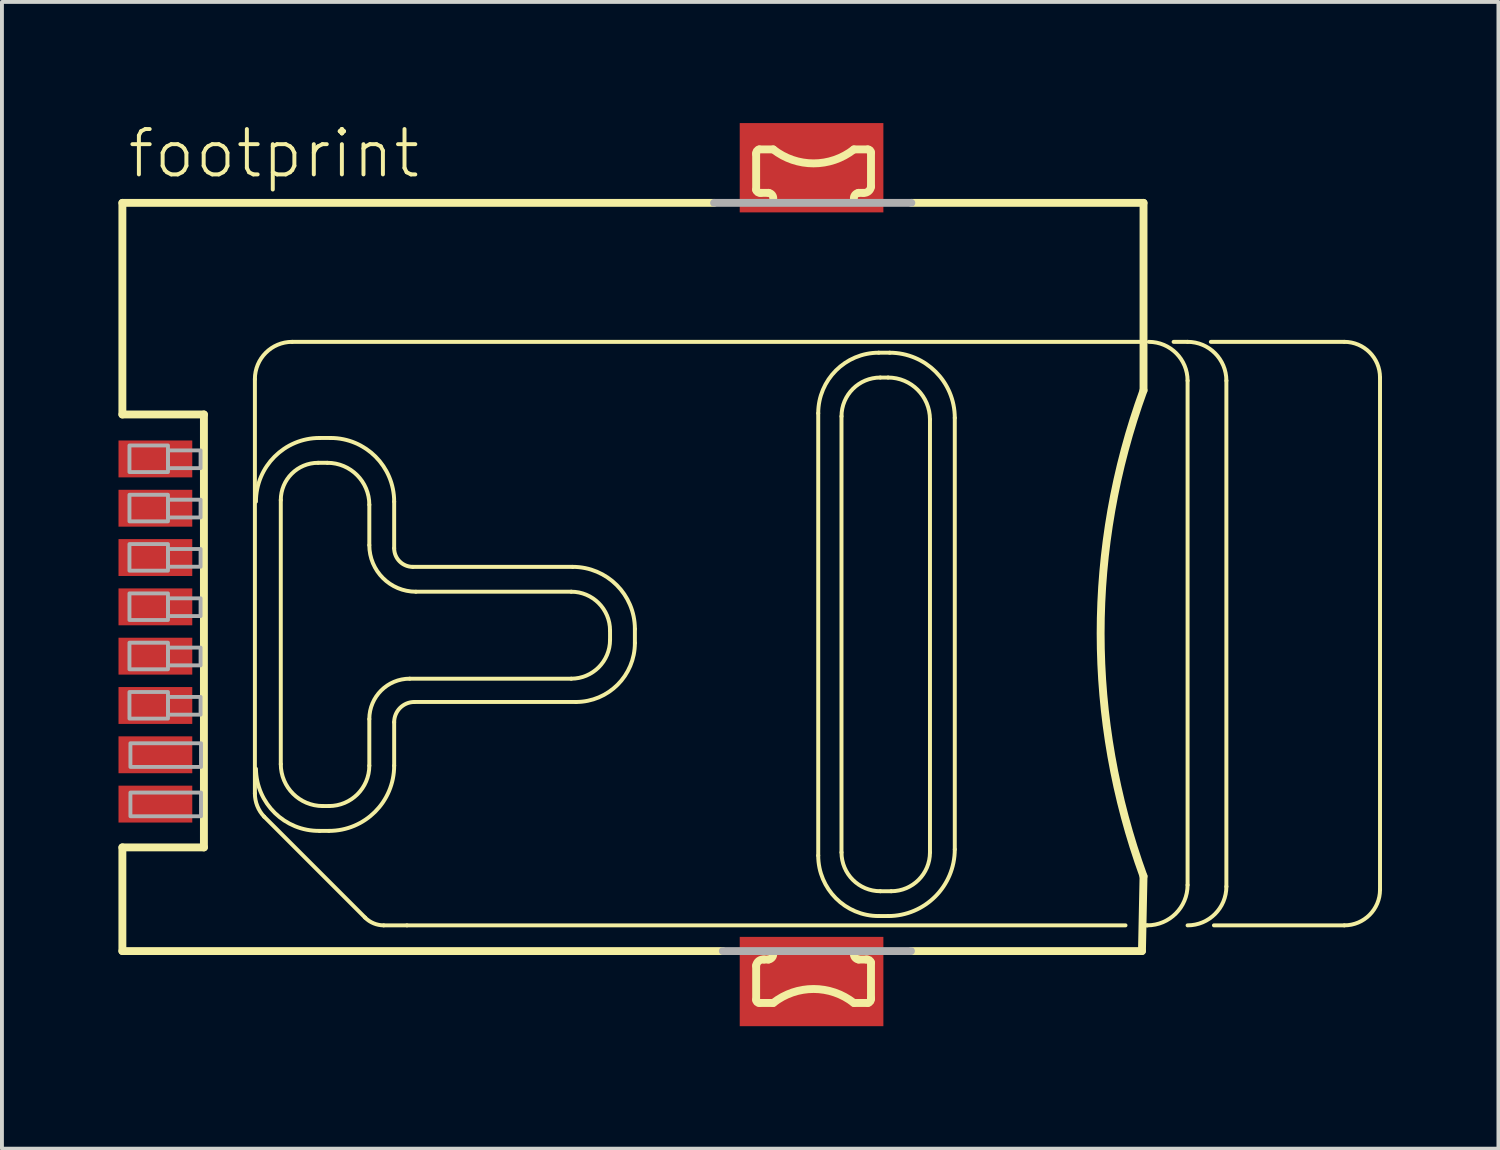
<source format=kicad_pcb>
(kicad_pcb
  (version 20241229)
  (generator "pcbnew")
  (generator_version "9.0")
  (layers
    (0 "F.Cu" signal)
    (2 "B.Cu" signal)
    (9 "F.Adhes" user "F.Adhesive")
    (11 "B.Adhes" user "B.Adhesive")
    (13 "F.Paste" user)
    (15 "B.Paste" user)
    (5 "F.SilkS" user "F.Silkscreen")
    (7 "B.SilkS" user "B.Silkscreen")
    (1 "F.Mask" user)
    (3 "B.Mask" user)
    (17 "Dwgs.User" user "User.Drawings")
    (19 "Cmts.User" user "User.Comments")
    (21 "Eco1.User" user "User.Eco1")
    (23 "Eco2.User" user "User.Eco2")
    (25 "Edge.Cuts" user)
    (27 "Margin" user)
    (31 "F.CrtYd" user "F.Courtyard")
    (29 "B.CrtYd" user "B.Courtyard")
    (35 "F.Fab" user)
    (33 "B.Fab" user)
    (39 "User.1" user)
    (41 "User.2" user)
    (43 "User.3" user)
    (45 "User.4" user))
  (footprint "footprint"
    (layer "F.Cu")
    (at 20.502 11.75)
    (property "Reference" "footprint" (at -20.32 -10.16 0) (layer "F.SilkS") (effects (font (size 1.168 1.168) (thickness 0.102)) (justify left bottom)))
    (fp_poly (pts (xy -4.5 -9.33) (xy -0.8 -9.33) (xy -0.8 -11.63) (xy -4.5 -11.63)) (stroke (width 0) (type solid)) (fill yes) (layer "F.Cu"))
    (fp_poly (pts (xy -0.8 9.33) (xy -4.5 9.33) (xy -4.5 11.63) (xy -0.8 11.63)) (stroke (width 0) (type solid)) (fill yes) (layer "F.Cu"))
    (fp_poly (pts (xy -4.625 -9.175) (xy -0.675 -9.175) (xy -0.675 -11.75) (xy -4.625 -11.75)) (stroke (width 0) (type solid)) (fill yes) (layer "F.Mask"))
    (fp_poly (pts (xy -4.625 11.785) (xy -0.675 11.785) (xy -0.675 9.21) (xy -4.625 9.21)) (stroke (width 0) (type solid)) (fill yes) (layer "F.Mask"))
    (fp_line (start -20.4 -9.575) (end -5.16 -9.575) (stroke (width 0.203) (type solid)) (layer "F.SilkS"))
    (fp_line (start -20.4 -4.125) (end -20.4 -9.575) (stroke (width 0.203) (type solid)) (layer "F.SilkS"))
    (fp_line (start -20.4 7.025) (end -18.3 7.025) (stroke (width 0.203) (type solid)) (layer "F.SilkS"))
    (fp_line (start -20.4 9.695) (end -20.4 7.025) (stroke (width 0.203) (type solid)) (layer "F.SilkS"))
    (fp_line (start -18.3 -4.125) (end -20.4 -4.125) (stroke (width 0.203) (type solid)) (layer "F.SilkS"))
    (fp_line (start -18.3 7.025) (end -18.3 -4.125) (stroke (width 0.203) (type solid)) (layer "F.SilkS"))
    (fp_line (start -16.987 -5.036) (end -16.987 5.636) (stroke (width 0.102) (type solid)) (layer "F.SilkS"))
    (fp_line (start -16.747 6.235) (end -14.149 8.833) (stroke (width 0.102) (type solid)) (layer "F.SilkS"))
    (fp_line (start -16.32 4.88) (end -16.32 -1.92) (stroke (width 0.102) (type solid)) (layer "F.SilkS"))
    (fp_line (start -16.028 -5.995) (end 5.955 -5.995) (stroke (width 0.102) (type solid)) (layer "F.SilkS"))
    (fp_line (start -15.36 -2.88) (end -15.12 -2.88) (stroke (width 0.102) (type solid)) (layer "F.SilkS"))
    (fp_line (start -15.32 -3.52) (end -15.04 -3.52) (stroke (width 0.102) (type solid)) (layer "F.SilkS"))
    (fp_line (start -15.08 5.96) (end -15.24 5.96) (stroke (width 0.102) (type solid)) (layer "F.SilkS"))
    (fp_line (start -15.08 6.6) (end -15.32 6.6) (stroke (width 0.102) (type solid)) (layer "F.SilkS"))
    (fp_line (start -14.04 -1.8) (end -14.04 -0.76) (stroke (width 0.102) (type solid)) (layer "F.SilkS"))
    (fp_line (start -14.04 3.72) (end -14.04 4.92) (stroke (width 0.102) (type solid)) (layer "F.SilkS"))
    (fp_line (start -13.4 -1.88) (end -13.4 -0.68) (stroke (width 0.102) (type solid)) (layer "F.SilkS"))
    (fp_line (start -13.4 3.8) (end -13.4 4.92) (stroke (width 0.102) (type solid)) (layer "F.SilkS"))
    (fp_line (start -13.07 9.033) (end 5.436 9.033) (stroke (width 0.102) (type solid)) (layer "F.SilkS"))
    (fp_line (start -12.92 -0.2) (end -8.8 -0.2) (stroke (width 0.102) (type solid)) (layer "F.SilkS"))
    (fp_line (start -12.84 0.44) (end -8.84 0.44) (stroke (width 0.102) (type solid)) (layer "F.SilkS"))
    (fp_line (start -8.84 2.68) (end -13 2.68) (stroke (width 0.102) (type solid)) (layer "F.SilkS"))
    (fp_line (start -8.72 3.28) (end -12.88 3.28) (stroke (width 0.102) (type solid)) (layer "F.SilkS"))
    (fp_line (start -7.84 1.44) (end -7.84 1.68) (stroke (width 0.102) (type solid)) (layer "F.SilkS"))
    (fp_line (start -7.2 1.4) (end -7.2 1.76) (stroke (width 0.102) (type solid)) (layer "F.SilkS"))
    (fp_line (start -4.935 9.695) (end -20.4 9.695) (stroke (width 0.203) (type solid)) (layer "F.SilkS"))
    (fp_line (start -4.077 -9.913) (end -4.077 -10.832) (stroke (width 0.203) (type solid)) (layer "F.SilkS"))
    (fp_line (start -4.077 10.952) (end -4.077 10.072) (stroke (width 0.203) (type solid)) (layer "F.SilkS"))
    (fp_line (start -3.997 -10.952) (end -3.637 -10.952) (stroke (width 0.203) (type solid)) (layer "F.SilkS"))
    (fp_line (start -3.877 9.913) (end -3.757 9.913) (stroke (width 0.203) (type solid)) (layer "F.SilkS"))
    (fp_line (start -3.757 -9.833) (end -3.957 -9.833) (stroke (width 0.203) (type solid)) (layer "F.SilkS"))
    (fp_line (start -3.637 11.032) (end -3.997 11.032) (stroke (width 0.203) (type solid)) (layer "F.SilkS"))
    (fp_line (start -2.478 7.235) (end -2.478 -4.157) (stroke (width 0.102) (type solid)) (layer "F.SilkS"))
    (fp_line (start -1.879 -4.077) (end -1.879 7.155) (stroke (width 0.102) (type solid)) (layer "F.SilkS"))
    (fp_line (start -1.559 -10.952) (end -1.199 -10.952) (stroke (width 0.203) (type solid)) (layer "F.SilkS"))
    (fp_line (start -1.439 9.913) (end -1.239 9.913) (stroke (width 0.203) (type solid)) (layer "F.SilkS"))
    (fp_line (start -1.319 -9.833) (end -1.439 -9.833) (stroke (width 0.203) (type solid)) (layer "F.SilkS"))
    (fp_line (start -1.199 11.032) (end -1.559 11.032) (stroke (width 0.203) (type solid)) (layer "F.SilkS"))
    (fp_line (start -1.119 -10.872) (end -1.119 -9.992) (stroke (width 0.203) (type solid)) (layer "F.SilkS"))
    (fp_line (start -1.119 9.993) (end -1.119 10.912) (stroke (width 0.203) (type solid)) (layer "F.SilkS"))
    (fp_line (start -0.919 -5.716) (end -0.639 -5.716) (stroke (width 0.102) (type solid)) (layer "F.SilkS"))
    (fp_line (start -0.879 8.154) (end -0.6 8.154) (stroke (width 0.102) (type solid)) (layer "F.SilkS"))
    (fp_line (start -0.679 -5.076) (end -0.879 -5.076) (stroke (width 0.102) (type solid)) (layer "F.SilkS"))
    (fp_line (start -0.679 8.793) (end -0.919 8.793) (stroke (width 0.102) (type solid)) (layer "F.SilkS"))
    (fp_line (start -0.08 -9.575) (end 5.9 -9.575) (stroke (width 0.203) (type solid)) (layer "F.SilkS"))
    (fp_line (start 0.4 7.155) (end 0.4 -3.997) (stroke (width 0.102) (type solid)) (layer "F.SilkS"))
    (fp_line (start 1.039 -4.037) (end 1.039 7.075) (stroke (width 0.102) (type solid)) (layer "F.SilkS"))
    (fp_line (start 5.86 9.695) (end -0.08 9.695) (stroke (width 0.203) (type solid)) (layer "F.SilkS"))
    (fp_line (start 5.9 -9.575) (end 5.9 -4.746) (stroke (width 0.203) (type solid)) (layer "F.SilkS"))
    (fp_line (start 5.9 7.769) (end 5.86 9.695) (stroke (width 0.203) (type solid)) (layer "F.SilkS"))
    (fp_line (start 5.995 9.033) (end 5.955 9.033) (stroke (width 0.102) (type solid)) (layer "F.SilkS"))
    (fp_line (start 7.035 -5.995) (end 6.675 -5.995) (stroke (width 0.102) (type solid)) (layer "F.SilkS"))
    (fp_line (start 7.035 -4.996) (end 7.035 7.994) (stroke (width 0.102) (type solid)) (layer "F.SilkS"))
    (fp_line (start 7.634 -5.995) (end 11.072 -5.995) (stroke (width 0.102) (type solid)) (layer "F.SilkS"))
    (fp_line (start 8.034 8.034) (end 8.034 -4.996) (stroke (width 0.102) (type solid)) (layer "F.SilkS"))
    (fp_line (start 11.072 9.033) (end 7.714 9.033) (stroke (width 0.102) (type solid)) (layer "F.SilkS"))
    (fp_line (start 11.991 -5.076) (end 11.991 8.114) (stroke (width 0.102) (type solid)) (layer "F.SilkS"))
    (fp_arc (start -16.9873 -5.0362) (mid -16.706328 -5.714528) (end -16.028 -5.9955) (stroke (width 0.1016) (type solid)) (layer "F.SilkS"))
    (fp_arc (start -16.96 -1.88) (mid -16.479655 -3.039655) (end -15.32 -3.52) (stroke (width 0.1016) (type solid)) (layer "F.SilkS"))
    (fp_arc (start -16.7474 6.235301) (mid -16.925107 5.958663) (end -16.9873 5.6358) (stroke (width 0.1016) (type solid)) (layer "F.SilkS"))
    (fp_arc (start -16.32 -1.92) (mid -16.038823 -2.598823) (end -15.36 -2.88) (stroke (width 0.1016) (type solid)) (layer "F.SilkS"))
    (fp_arc (start -15.32 6.6) (mid -16.471371 6.139655) (end -16.96 5) (stroke (width 0.1016) (type solid)) (layer "F.SilkS"))
    (fp_arc (start -15.24 5.96) (mid -16.003675 5.643675) (end -16.32 4.88) (stroke (width 0.1016) (type solid)) (layer "F.SilkS"))
    (fp_arc (start -15.12 -2.88) (mid -14.356325 -2.563675) (end -14.04 -1.8) (stroke (width 0.1016) (type solid)) (layer "F.SilkS"))
    (fp_arc (start -15.04 -3.52) (mid -13.880345 -3.039655) (end -13.4 -1.88) (stroke (width 0.1016) (type solid)) (layer "F.SilkS"))
    (fp_arc (start -14.04 3.72) (mid -13.735391 2.984609) (end -13 2.68) (stroke (width 0.1016) (type solid)) (layer "F.SilkS"))
    (fp_arc (start -14.04 4.92) (mid -14.344609 5.655391) (end -15.08 5.96) (stroke (width 0.1016) (type solid)) (layer "F.SilkS"))
    (fp_arc (start -13.669699 9.0332) (mid -13.929318 8.980763) (end -14.1494 8.8334) (stroke (width 0.1016) (type solid)) (layer "F.SilkS"))
    (fp_arc (start -13.4 3.8) (mid -13.247696 3.432304) (end -12.88 3.28) (stroke (width 0.1016) (type solid)) (layer "F.SilkS"))
    (fp_arc (start -13.4 4.92) (mid -13.892061 6.107939) (end -15.08 6.6) (stroke (width 0.1016) (type solid)) (layer "F.SilkS"))
    (fp_arc (start -13.0702 9.0332) (mid -13.36995 9.033793) (end -13.6697 9.0332) (stroke (width 0.1016) (type solid)) (layer "F.SilkS"))
    (fp_arc (start -12.92 -0.2) (mid -13.259411 -0.340589) (end -13.4 -0.68) (stroke (width 0.1016) (type solid)) (layer "F.SilkS"))
    (fp_arc (start -12.84 0.44) (mid -13.688528 0.088528) (end -14.04 -0.76) (stroke (width 0.1016) (type solid)) (layer "F.SilkS"))
    (fp_arc (start -8.84 0.44) (mid -8.132893 0.732893) (end -7.84 1.44) (stroke (width 0.1016) (type solid)) (layer "F.SilkS"))
    (fp_arc (start -8.8 -0.2) (mid -7.668629 0.268629) (end -7.2 1.4) (stroke (width 0.1016) (type solid)) (layer "F.SilkS"))
    (fp_arc (start -7.84 1.68) (mid -8.132893 2.387107) (end -8.84 2.68) (stroke (width 0.1016) (type solid)) (layer "F.SilkS"))
    (fp_arc (start -7.2 1.76) (mid -7.645198 2.834802) (end -8.72 3.28) (stroke (width 0.1016) (type solid)) (layer "F.SilkS"))
    (fp_arc (start -4.077 10.0725) (mid -4.010196 9.95122) (end -3.8772 9.9127) (stroke (width 0.2032) (type solid)) (layer "F.SilkS"))
    (fp_arc (start -4.0769 -10.8318) (mid -4.061782 -10.908298) (end -3.997 -10.9517) (stroke (width 0.2032) (type solid)) (layer "F.SilkS"))
    (fp_arc (start -3.9971 11.0318) (mid -4.053598 11.008398) (end -4.077 10.9519) (stroke (width 0.2032) (type solid)) (layer "F.SilkS"))
    (fp_arc (start -3.9571 -9.8327) (mid -4.033598 -9.847818) (end -4.077 -9.9126) (stroke (width 0.2032) (type solid)) (layer "F.SilkS"))
    (fp_arc (start -3.7572 -9.8326) (mid -3.664163 -9.77746) (end -3.6373 -9.6727) (stroke (width 0.2032) (type solid)) (layer "F.SilkS"))
    (fp_arc (start -3.637399 11.031799) (mid -2.598149 10.67213) (end -1.5589 11.0318) (stroke (width 0.2032) (type solid)) (layer "F.SilkS"))
    (fp_arc (start -3.637398 9.7528) (mid -3.664238 9.857544) (end -3.7573 9.9126) (stroke (width 0.2032) (type solid)) (layer "F.SilkS"))
    (fp_arc (start -2.4781 -4.1569) (mid -2.021538 -5.259139) (end -0.919299 -5.715701) (stroke (width 0.1016) (type solid)) (layer "F.SilkS"))
    (fp_arc (start -1.8786 -4.0769) (mid -1.585912 -4.783512) (end -0.8793 -5.0762) (stroke (width 0.1016) (type solid)) (layer "F.SilkS"))
    (fp_arc (start -1.558801 -10.951799) (mid -2.598051 -10.59213) (end -3.6373 -10.9518) (stroke (width 0.2032) (type solid)) (layer "F.SilkS"))
    (fp_arc (start -1.558801 -9.672799) (mid -1.531961 -9.777543) (end -1.4389 -9.8326) (stroke (width 0.2032) (type solid)) (layer "F.SilkS"))
    (fp_arc (start -1.438999 9.912601) (mid -1.532037 9.857461) (end -1.5589 9.7527) (stroke (width 0.2032) (type solid)) (layer "F.SilkS"))
    (fp_arc (start -1.2391 9.9127) (mid -1.162602 9.927818) (end -1.1192 9.9926) (stroke (width 0.2032) (type solid)) (layer "F.SilkS"))
    (fp_arc (start -1.1991 -10.9518) (mid -1.142602 -10.928398) (end -1.1192 -10.8719) (stroke (width 0.2032) (type solid)) (layer "F.SilkS"))
    (fp_arc (start -1.1193 10.9118) (mid -1.134418 10.988298) (end -1.1992 11.0317) (stroke (width 0.2032) (type solid)) (layer "F.SilkS"))
    (fp_arc (start -1.1192 -9.9925) (mid -1.186004 -9.87122) (end -1.319 -9.8327) (stroke (width 0.2032) (type solid)) (layer "F.SilkS"))
    (fp_arc (start -0.9193 8.7934) (mid -2.021538 8.336837) (end -2.478099 7.234599) (stroke (width 0.1016) (type solid)) (layer "F.SilkS"))
    (fp_arc (start -0.8793 8.1539) (mid -1.585912 7.861212) (end -1.8786 7.1546) (stroke (width 0.1016) (type solid)) (layer "F.SilkS"))
    (fp_arc (start -0.6795 -5.0762) (mid 0.08361 -4.76011) (end 0.3997 -3.997) (stroke (width 0.1016) (type solid)) (layer "F.SilkS"))
    (fp_arc (start -0.6395 -5.7157) (mid 0.54752 -5.22402) (end 1.0392 -4.037) (stroke (width 0.1016) (type solid)) (layer "F.SilkS"))
    (fp_arc (start 0.3997 7.1546) (mid 0.107012 7.861212) (end -0.5996 8.1539) (stroke (width 0.1016) (type solid)) (layer "F.SilkS"))
    (fp_arc (start 1.0392 7.0747) (mid 0.535804 8.290004) (end -0.6795 8.7934) (stroke (width 0.1016) (type solid)) (layer "F.SilkS"))
    (fp_arc (start 5.9 7.768799) (mid 4.795616 1.5114) (end 5.9 -4.746) (stroke (width 0.2032) (type solid)) (layer "F.SilkS"))
    (fp_arc (start 6.0355 -5.9955) (mid 6.742041 -5.702841) (end 7.0347 -4.9963) (stroke (width 0.1016) (type solid)) (layer "F.SilkS"))
    (fp_arc (start 7.0347 -5.9955) (mid 7.741312 -5.702812) (end 8.034 -4.9962) (stroke (width 0.1016) (type solid)) (layer "F.SilkS"))
    (fp_arc (start 7.0347 7.994) (mid 6.730325 8.728825) (end 5.9955 9.0332) (stroke (width 0.1016) (type solid)) (layer "F.SilkS"))
    (fp_arc (start 8.034 8.0339) (mid 7.741312 8.740512) (end 7.0347 9.0332) (stroke (width 0.1016) (type solid)) (layer "F.SilkS"))
    (fp_arc (start 11.0717 -5.9955) (mid 11.721743 -5.726243) (end 11.991 -5.0762) (stroke (width 0.1016) (type solid)) (layer "F.SilkS"))
    (fp_arc (start 11.991 8.1139) (mid 11.721743 8.763943) (end 11.0717 9.0332) (stroke (width 0.1016) (type solid)) (layer "F.SilkS"))
    (fp_poly (pts (xy -4.375 -9.45) (xy -0.925 -9.45) (xy -0.925 -11.5) (xy -4.375 -11.5)) (stroke (width 0) (type solid)) (fill yes) (layer "F.Paste"))
    (fp_poly (pts (xy -4.375 11.51) (xy -0.925 11.51) (xy -0.925 9.46) (xy -4.375 9.46)) (stroke (width 0) (type solid)) (fill yes) (layer "F.Paste"))
    (fp_line (start -5.16 -9.575) (end -0.08 -9.575) (stroke (width 0.203) (type solid)) (layer "F.Fab"))
    (fp_line (start -0.09 9.695) (end -4.935 9.695) (stroke (width 0.203) (type solid)) (layer "F.Fab"))
    (fp_poly (pts (xy -20.218 -2.642) (xy -19.226 -2.642) (xy -19.226 -3.327) (xy -20.218 -3.327)) (stroke (width 0.1) (type solid)) (fill no) (layer "F.Fab"))
    (fp_poly (pts (xy -20.218 -1.372) (xy -19.226 -1.372) (xy -19.226 -2.057) (xy -20.218 -2.057)) (stroke (width 0.1) (type solid)) (fill no) (layer "F.Fab"))
    (fp_poly (pts (xy -20.218 -0.102) (xy -19.226 -0.102) (xy -19.226 -0.787) (xy -20.218 -0.787)) (stroke (width 0.1) (type solid)) (fill no) (layer "F.Fab"))
    (fp_poly (pts (xy -20.218 1.168) (xy -19.226 1.168) (xy -19.226 0.483) (xy -20.218 0.483)) (stroke (width 0.1) (type solid)) (fill no) (layer "F.Fab"))
    (fp_poly (pts (xy -20.218 2.438) (xy -19.226 2.438) (xy -19.226 1.753) (xy -20.218 1.753)) (stroke (width 0.1) (type solid)) (fill no) (layer "F.Fab"))
    (fp_poly (pts (xy -20.218 3.708) (xy -19.226 3.708) (xy -19.226 3.023) (xy -20.218 3.023)) (stroke (width 0.1) (type solid)) (fill no) (layer "F.Fab"))
    (fp_poly (pts (xy -20.193 4.953) (xy -18.375 4.953) (xy -18.375 4.343) (xy -20.193 4.343)) (stroke (width 0.1) (type solid)) (fill no) (layer "F.Fab"))
    (fp_poly (pts (xy -20.193 6.223) (xy -18.375 6.223) (xy -18.375 5.613) (xy -20.193 5.613)) (stroke (width 0.1) (type solid)) (fill no) (layer "F.Fab"))
    (fp_poly (pts (xy -19.226 -2.743) (xy -18.386 -2.743) (xy -18.386 -3.2) (xy -19.226 -3.2)) (stroke (width 0.1) (type solid)) (fill no) (layer "F.Fab"))
    (fp_poly (pts (xy -19.226 -1.473) (xy -18.386 -1.473) (xy -18.386 -1.93) (xy -19.226 -1.93)) (stroke (width 0.1) (type solid)) (fill no) (layer "F.Fab"))
    (fp_poly (pts (xy -19.226 -0.203) (xy -18.386 -0.203) (xy -18.386 -0.66) (xy -19.226 -0.66)) (stroke (width 0.1) (type solid)) (fill no) (layer "F.Fab"))
    (fp_poly (pts (xy -19.226 1.067) (xy -18.386 1.067) (xy -18.386 0.61) (xy -19.226 0.61)) (stroke (width 0.1) (type solid)) (fill no) (layer "F.Fab"))
    (fp_poly (pts (xy -19.226 2.337) (xy -18.386 2.337) (xy -18.386 1.88) (xy -19.226 1.88)) (stroke (width 0.1) (type solid)) (fill no) (layer "F.Fab"))
    (fp_poly (pts (xy -19.226 3.607) (xy -18.386 3.607) (xy -18.386 3.15) (xy -19.226 3.15)) (stroke (width 0.1) (type solid)) (fill no) (layer "F.Fab"))
    (pad "C/D@1" smd rect (at -19.55 4.64) (size 1.9 0.95) (layers "F.Cu" "F.Mask" "F.Paste"))
    (pad "C/D@2" smd rect (at -19.55 5.91) (size 1.9 0.95) (layers "F.Cu" "F.Mask" "F.Paste"))
    (pad "C1" smd rect (at -19.55 -2.98) (size 1.9 0.95) (layers "F.Cu" "F.Mask" "F.Paste"))
    (pad "C2" smd rect (at -19.55 -0.44) (size 1.9 0.95) (layers "F.Cu" "F.Mask" "F.Paste"))
    (pad "C3" smd rect (at -19.55 2.1) (size 1.9 0.95) (layers "F.Cu" "F.Mask" "F.Paste"))
    (pad "C5" smd rect (at -19.55 -1.71) (size 1.9 0.95) (layers "F.Cu" "F.Mask" "F.Paste"))
    (pad "C6" smd rect (at -19.55 0.83) (size 1.9 0.95) (layers "F.Cu" "F.Mask" "F.Paste"))
    (pad "C7" smd rect (at -19.55 3.37) (size 1.9 0.95) (layers "F.Cu" "F.Mask" "F.Paste"))
    (zone (net_name "") (layer "F.Cu") (hatch edge 0.508) (connect_pads) (min_thickness 0.254) (filled_areas_thickness no) (keepout (tracks not_allowed) (vias not_allowed) (pads not_allowed) (copperpour not_allowed) (footprints allowed)) (placement (enabled no)) (fill) (polygon (pts (xy 15.352 16.21) (xy 17.052 16.21) (xy 17.052 8.73) (xy 15.352 8.73))))
    (zone (net_name "") (layer "F.Cu") (hatch edge 0.508) (connect_pads) (min_thickness 0.254) (filled_areas_thickness no) (keepout (tracks not_allowed) (vias not_allowed) (pads not_allowed) (copperpour not_allowed) (footprints allowed)) (placement (enabled no)) (fill) (polygon (pts (xy 22.852 15.16) (xy 24.552 15.16) (xy 24.552 7.68) (xy 22.852 7.68)))))
  (gr_rect
    (start -3 -3)
    (end 35.543 26.535)
    (stroke (width 0.1) (type default))
    (fill no)
    (layer "Edge.Cuts")))
</source>
